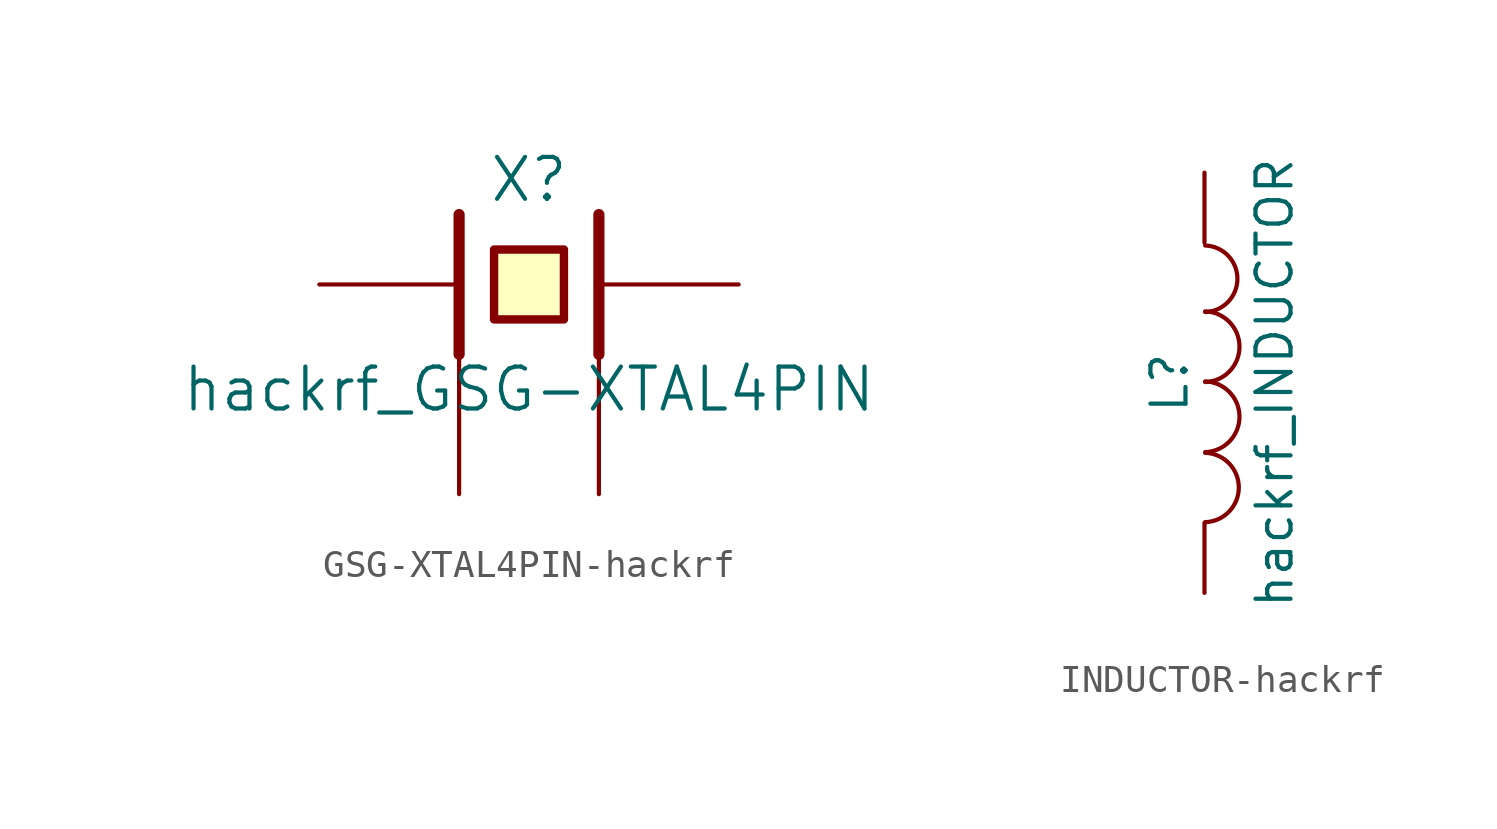
<source format=kicad_sym>
(kicad_symbol_lib
  (version 20231120)
  (generator "kicad_symbol_editor")
  (generator_version "8.0")
  (symbol "GSG-XTAL4PIN-hackrf"
    (pin_numbers hide)
    (pin_names
      (offset 1.016) hide)
    (property "Reference" "X"
      (at 0 3.81 0)
      (effects (font (size 1.524 1.524))))
    (property "Value" "hackrf_GSG-XTAL4PIN"
      (at 0 -3.81 0)
      (effects (font (size 1.524 1.524))))
    (property "Footprint" ""
      (at 0 0 0)
      (effects (font (size 1.524 1.524))))
    (property "Datasheet" ""
      (at 0 0 0)
      (effects (font (size 1.524 1.524))))
    (symbol "GSG-XTAL4PIN-hackrf_0_1"
      (polyline (pts (xy -2.54 2.54) (xy -2.54 -2.54)) (stroke (width 0.406) (type solid)) (fill (type none)))
      (polyline (pts (xy 2.54 2.54) (xy 2.54 -2.54)) (stroke (width 0.406) (type solid)) (fill (type none)))
      (polyline (pts (xy -1.27 1.27) (xy 1.27 1.27) (xy 1.27 -1.27) (xy -1.27 -1.27) (xy -1.27 1.27)) (stroke (width 0.305) (type solid)) (fill (type background))))
    (symbol "GSG-XTAL4PIN-hackrf_1_1"
      (pin passive line (at -7.62 0 0) (length 5.08) (name "1" (effects (font (size 1.016 1.016)))) (number "1" (effects (font (size 1.016 1.016)))))
      (pin passive line (at -2.54 -7.62 90) (length 5.08) (name "2" (effects (font (size 1.016 1.016)))) (number "2" (effects (font (size 1.016 1.016)))))
      (pin passive line (at 7.62 0 180) (length 5.08) (name "3" (effects (font (size 1.016 1.016)))) (number "3" (effects (font (size 1.016 1.016)))))
      (pin passive line (at 2.54 -7.62 90) (length 5.08) (name "4" (effects (font (size 1.016 1.016)))) (number "4" (effects (font (size 1.016 1.016)))))))
  (symbol "INDUCTOR-hackrf"
    (pin_numbers hide)
    (pin_names
      (offset 1.016) hide)
    (property "Reference" "L"
      (at -1.27 0 90)
      (effects (font (size 1.27 1.27))))
    (property "Value" "hackrf_INDUCTOR"
      (at 2.54 0 90)
      (effects (font (size 1.27 1.27))))
    (property "Footprint" ""
      (at 0 0 0)
      (effects (font (size 1.524 1.524))))
    (property "Datasheet" ""
      (at 0 0 0)
      (effects (font (size 1.524 1.524))))
    (symbol "INDUCTOR-hackrf_0_1"
      (arc (start 0.0254 -5.0546) (mid 1.2449 -3.8097) (end 0.0254 -2.54) (stroke (width 0) (type solid)) (fill (type none)))
      (arc (start 0.0254 -2.5146) (mid 1.2703 -1.2444) (end 0.0254 0.0508) (stroke (width 0) (type solid)) (fill (type none)))
      (arc (start 0.0254 0.0254) (mid 1.2703 1.2956) (end 0.0254 2.5908) (stroke (width 0) (type solid)) (fill (type none)))
      (arc (start 0.0254 2.5654) (mid 1.1941 3.7595) (end 0.0254 4.9784) (stroke (width 0) (type solid)) (fill (type none))))
    (symbol "INDUCTOR-hackrf_1_1"
      (pin passive line (at 0 7.62 270) (length 2.54) (name "1" (effects (font (size 1.778 1.778)))) (number "1" (effects (font (size 1.778 1.778)))))
      (pin passive line (at 0 -7.62 90) (length 2.54) (name "2" (effects (font (size 1.778 1.778)))) (number "2" (effects (font (size 1.778 1.778))))))))
</source>
